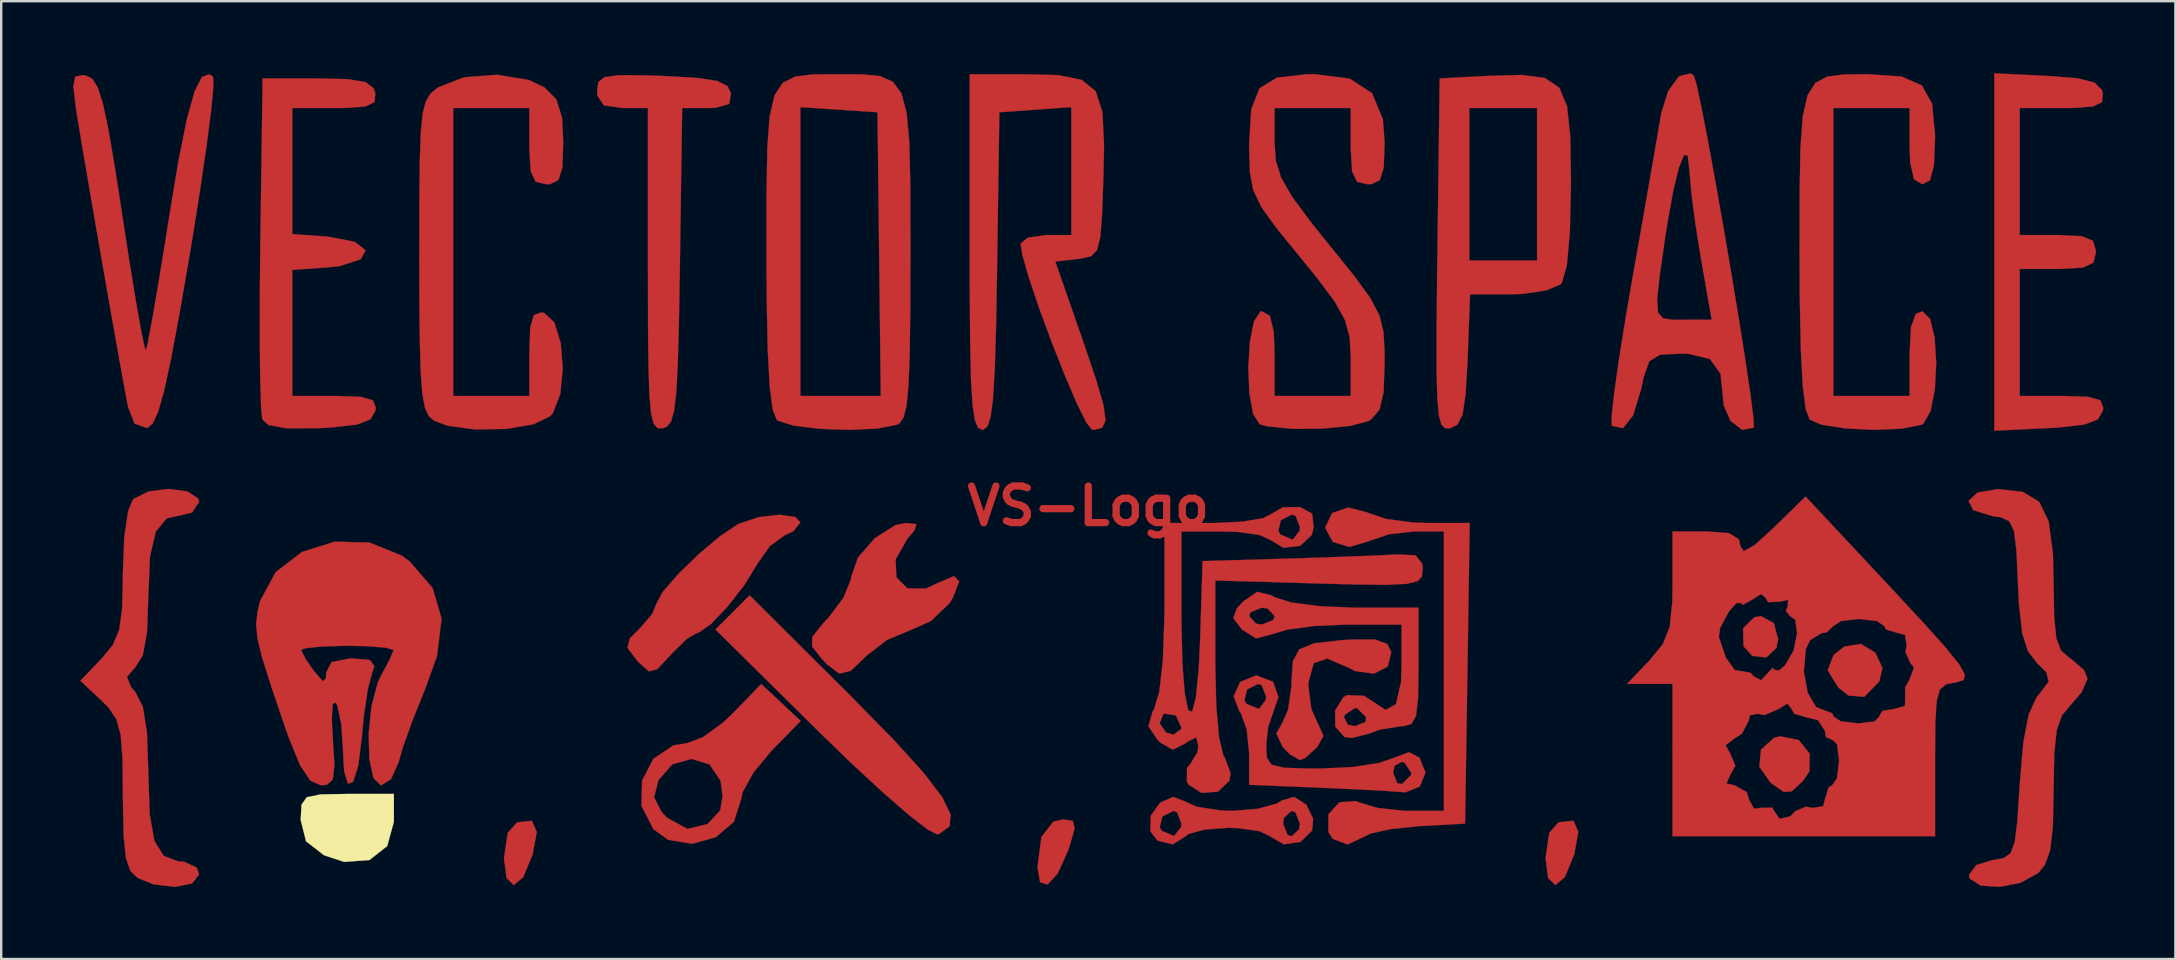
<source format=kicad_pcb>
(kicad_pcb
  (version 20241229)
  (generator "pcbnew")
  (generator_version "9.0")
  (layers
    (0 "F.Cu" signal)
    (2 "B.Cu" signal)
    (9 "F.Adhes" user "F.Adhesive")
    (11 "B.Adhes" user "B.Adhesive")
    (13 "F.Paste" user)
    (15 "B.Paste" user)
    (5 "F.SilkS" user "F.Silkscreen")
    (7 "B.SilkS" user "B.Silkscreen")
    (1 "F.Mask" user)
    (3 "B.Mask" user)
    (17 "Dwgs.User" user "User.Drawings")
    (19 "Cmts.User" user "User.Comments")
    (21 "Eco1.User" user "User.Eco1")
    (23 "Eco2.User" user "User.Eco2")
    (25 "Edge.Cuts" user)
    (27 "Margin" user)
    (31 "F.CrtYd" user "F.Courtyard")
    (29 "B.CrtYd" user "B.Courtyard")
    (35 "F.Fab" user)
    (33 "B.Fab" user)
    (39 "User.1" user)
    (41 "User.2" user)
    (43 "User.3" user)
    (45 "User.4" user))
  (footprint "VS-Logo"
    (layer "F.Cu")
    (at 42.287 18.032)
    (property "Reference" "VS-Logo" (at 0 0 0) (layer "F.Cu") (effects (font (size 1.524 1.524) (thickness 0.3))))
    (attr through_hole)
    (fp_poly (pts (xy -22.975 13.574) (xy -23.148 14.518) (xy -23.539 15.461) (xy -23.934 15.791) (xy -24.233 15.497) (xy -24.342 14.659) (xy -24.185 13.616) (xy -23.797 13.175) (xy -23.179 13.11) (xy -22.975 13.574)) (stroke (width 0.01) (type solid)) (fill yes) (layer "F.Cu"))
    (fp_poly (pts (xy 20.417 13.574) (xy 20.244 14.518) (xy 19.853 15.461) (xy 19.458 15.791) (xy 19.158 15.497) (xy 19.05 14.659) (xy 19.206 13.616) (xy 19.594 13.175) (xy 20.213 13.11) (xy 20.417 13.574)) (stroke (width 0.01) (type solid)) (fill yes) (layer "F.Cu"))
    (fp_poly (pts (xy 28.56 4.875) (xy 28.741 5.551) (xy 28.67 5.909) (xy 28.249 6.307) (xy 27.663 6.245) (xy 27.298 5.838) (xy 27.282 5.089) (xy 27.754 4.63) (xy 28.029 4.586) (xy 28.56 4.875)) (stroke (width 0.01) (type solid)) (fill yes) (layer "F.Cu"))
    (fp_poly (pts (xy 32.792 6.114) (xy 33.086 6.749) (xy 32.954 7.306) (xy 32.331 7.947) (xy 31.666 7.893) (xy 31.246 7.56) (xy 30.805 6.841) (xy 31.052 6.203) (xy 31.5 5.852) (xy 32.192 5.743) (xy 32.792 6.114)) (stroke (width 0.01) (type solid)) (fill yes) (layer "F.Cu"))
    (fp_poly (pts (xy -0.643 13.117) (xy -0.567 13.435) (xy -0.785 14.193) (xy -0.841 14.356) (xy -1.274 15.309) (xy -1.693 15.765) (xy -2.005 15.674) (xy -2.117 15.051) (xy -1.951 13.788) (xy -1.451 13.144) (xy -1.039 13.053) (xy -0.643 13.117)) (stroke (width 0.01) (type solid)) (fill yes) (layer "F.Cu"))
    (fp_poly (pts (xy 29.603 9.751) (xy 30.054 10.323) (xy 30.041 11.055) (xy 29.784 11.441) (xy 29.306 11.889) (xy 28.971 11.905) (xy 28.428 11.53) (xy 27.96 10.865) (xy 28.025 10.15) (xy 28.566 9.657) (xy 28.819 9.592) (xy 29.603 9.751)) (stroke (width 0.01) (type solid)) (fill yes) (layer "F.Cu"))
    (fp_poly (pts (xy -9.865 7.945) (xy -8.117 9.726) (xy -6.869 11.1) (xy -6.085 12.124) (xy -5.733 12.852) (xy -5.776 13.34) (xy -6.182 13.642) (xy -6.282 13.679) (xy -6.671 13.491) (xy -7.464 12.878) (xy -8.572 11.915) (xy -9.905 10.681) (xy -11.137 9.487) (xy -15.531 5.143) (xy -14.107 3.719) (xy -9.865 7.945)) (stroke (width 0.01) (type solid)) (fill yes) (layer "F.Cu"))
    (fp_poly (pts (xy 12.456 5.745) (xy 12.625 6.086) (xy 12.478 6.689) (xy 11.898 6.983) (xy 11.121 6.876) (xy 10.894 6.758) (xy 9.96 6.352) (xy 9.393 6.543) (xy 9.176 7.34) (xy 9.172 7.514) (xy 9.289 8.444) (xy 9.571 9.076) (xy 9.581 9.087) (xy 9.798 9.576) (xy 9.537 10.039) (xy 9.046 10.49) (xy 8.819 10.583) (xy 8.4 10.343) (xy 8.101 10.039) (xy 7.837 9.473) (xy 8.058 9.087) (xy 8.326 8.486) (xy 8.462 7.53) (xy 8.467 7.327) (xy 8.521 6.475) (xy 8.787 5.974) (xy 9.417 5.715) (xy 10.564 5.586) (xy 10.923 5.563) (xy 11.944 5.559) (xy 12.456 5.745)) (stroke (width 0.01) (type solid)) (fill yes) (layer "F.Cu"))
    (fp_poly (pts (xy -12.2 0.456) (xy -11.994 0.682) (xy -12.284 1.047) (xy -12.644 1.217) (xy -13.264 1.667) (xy -13.773 2.387) (xy -14.317 3.276) (xy -15.02 4.183) (xy -15.717 4.914) (xy -16.24 5.279) (xy -16.311 5.292) (xy -16.726 5.535) (xy -17.333 6.128) (xy -17.398 6.203) (xy -17.95 6.794) (xy -18.304 6.886) (xy -18.718 6.522) (xy -18.795 6.437) (xy -19.197 5.904) (xy -19.095 5.506) (xy -18.7 5.118) (xy -18.17 4.502) (xy -17.992 4.074) (xy -17.74 3.594) (xy -17.101 2.854) (xy -16.248 2.021) (xy -15.352 1.265) (xy -14.587 0.753) (xy -14.575 0.747) (xy -13.738 0.462) (xy -12.862 0.363) (xy -12.2 0.456)) (stroke (width 0.01) (type solid)) (fill yes) (layer "F.Cu"))
    (fp_poly (pts (xy -7.159 0.755) (xy -7.245 1.022) (xy -7.53 1.351) (xy -8.026 2.221) (xy -7.994 2.966) (xy -7.541 3.426) (xy -6.776 3.441) (xy -6.269 3.206) (xy -5.594 2.92) (xy -5.376 3.144) (xy -5.644 3.825) (xy -5.789 4.058) (xy -6.557 4.791) (xy -7.4 5.166) (xy -8.384 5.577) (xy -9.209 6.213) (xy -9.89 6.862) (xy -10.369 6.983) (xy -10.888 6.591) (xy -11.118 6.344) (xy -11.505 5.85) (xy -11.499 5.454) (xy -11.054 4.896) (xy -10.82 4.649) (xy -10.2 3.825) (xy -9.887 3.062) (xy -9.878 2.953) (xy -9.588 2.138) (xy -8.89 1.336) (xy -8.038 0.798) (xy -7.596 0.706) (xy -7.159 0.755)) (stroke (width 0.01) (type solid)) (fill yes) (layer "F.Cu"))
    (fp_poly (pts (xy -18.481 -17.944) (xy -17.731 -17.918) (xy -16.315 -17.839) (xy -15.462 -17.711) (xy -15.03 -17.496) (xy -14.883 -17.198) (xy -14.96 -16.753) (xy -15.527 -16.589) (xy -15.841 -16.581) (xy -16.918 -16.581) (xy -17.014 -9.971) (xy -17.053 -7.645) (xy -17.1 -5.93) (xy -17.164 -4.732) (xy -17.256 -3.958) (xy -17.386 -3.512) (xy -17.563 -3.302) (xy -17.727 -3.242) (xy -17.942 -3.247) (xy -18.1 -3.419) (xy -18.211 -3.846) (xy -18.282 -4.62) (xy -18.322 -5.831) (xy -18.34 -7.57) (xy -18.344 -9.852) (xy -18.344 -16.581) (xy -19.403 -16.581) (xy -20.175 -16.689) (xy -20.449 -17.1) (xy -20.461 -17.301) (xy -20.41 -17.662) (xy -20.159 -17.867) (xy -19.564 -17.951) (xy -18.481 -17.944)) (stroke (width 0.01) (type solid)) (fill yes) (layer "F.Cu"))
    (fp_poly (pts (xy 39.949 -17.92) (xy 41.21 -17.821) (xy 41.918 -17.642) (xy 42.227 -17.337) (xy 42.267 -17.198) (xy 42.233 -16.829) (xy 41.845 -16.643) (xy 40.949 -16.583) (xy 40.595 -16.581) (xy 38.806 -16.581) (xy 38.806 -11.289) (xy 40.393 -11.289) (xy 41.385 -11.243) (xy 41.854 -11.051) (xy 41.98 -10.634) (xy 41.981 -10.583) (xy 41.877 -10.142) (xy 41.445 -9.934) (xy 40.507 -9.878) (xy 40.393 -9.878) (xy 38.806 -9.878) (xy 38.806 -4.586) (xy 40.595 -4.586) (xy 41.657 -4.55) (xy 42.168 -4.404) (xy 42.284 -4.091) (xy 42.267 -3.969) (xy 42.059 -3.61) (xy 41.502 -3.395) (xy 40.443 -3.274) (xy 39.949 -3.246) (xy 37.747 -3.141) (xy 37.747 -18.025) (xy 39.949 -17.92)) (stroke (width 0.01) (type solid)) (fill yes) (layer "F.Cu"))
    (fp_poly (pts (xy -11.982 8.954) (xy -13.223 10.224) (xy -13.949 11.105) (xy -14.396 11.913) (xy -14.464 12.219) (xy -14.763 13.153) (xy -15.515 13.795) (xy -16.501 14.071) (xy -17.501 13.906) (xy -18.113 13.466) (xy -18.615 12.487) (xy -18.606 12.132) (xy -18.088 12.132) (xy -17.776 12.744) (xy -17.55 12.985) (xy -16.697 13.452) (xy -15.856 13.247) (xy -15.332 12.678) (xy -15.234 12.077) (xy -15.319 11.445) (xy -15.777 10.765) (xy -16.53 10.535) (xy -17.326 10.757) (xy -17.905 11.417) (xy -18.088 12.132) (xy -18.606 12.132) (xy -18.588 11.439) (xy -18.114 10.529) (xy -17.275 9.966) (xy -16.71 9.878) (xy -16.063 9.636) (xy -15.22 9.024) (xy -14.818 8.645) (xy -13.623 7.412) (xy -11.982 8.954)) (stroke (width 0.01) (type solid)) (fill yes) (layer "F.Cu"))
    (fp_poly (pts (xy 11.641 0.271) (xy 11.684 0.297) (xy 12.413 0.538) (xy 13.52 0.685) (xy 14.114 0.706) (xy 15.891 0.706) (xy 15.795 6.967) (xy 15.699 13.229) (xy 13.758 13.338) (xy 12.62 13.455) (xy 11.769 13.64) (xy 11.483 13.779) (xy 10.802 14.098) (xy 10.185 13.865) (xy 10.004 13.577) (xy 10.006 12.842) (xy 10.462 12.341) (xy 11.148 12.288) (xy 11.303 12.355) (xy 12.067 12.579) (xy 13.14 12.695) (xy 13.382 12.7) (xy 14.817 12.7) (xy 14.817 1.058) (xy 13.577 1.058) (xy 12.535 1.173) (xy 11.711 1.451) (xy 11.684 1.467) (xy 10.876 1.704) (xy 10.189 1.494) (xy 9.879 0.922) (xy 9.878 0.882) (xy 10.16 0.292) (xy 10.833 0.061) (xy 11.641 0.271)) (stroke (width 0.01) (type solid)) (fill yes) (layer "F.Cu"))
    (fp_poly (pts (xy 19.018 -17.834) (xy 19.619 -17.435) (xy 19.946 -16.656) (xy 20.081 -15.39) (xy 20.108 -13.529) (xy 20.108 -13.464) (xy 20.065 -11.431) (xy 19.939 -10.034) (xy 19.731 -9.302) (xy 19.685 -9.243) (xy 19.099 -8.99) (xy 18.103 -8.839) (xy 17.583 -8.819) (xy 15.905 -8.819) (xy 15.802 -6.089) (xy 15.723 -4.676) (xy 15.596 -3.824) (xy 15.382 -3.392) (xy 15.074 -3.24) (xy 14.866 -3.241) (xy 14.712 -3.393) (xy 14.606 -3.784) (xy 14.541 -4.5) (xy 14.511 -5.627) (xy 14.511 -7.254) (xy 14.532 -9.466) (xy 14.545 -10.468) (xy 14.624 -16.581) (xy 15.875 -16.581) (xy 15.875 -10.231) (xy 18.697 -10.231) (xy 18.697 -16.581) (xy 15.875 -16.581) (xy 14.624 -16.581) (xy 14.64 -17.815) (xy 16.66 -17.921) (xy 18.059 -17.96) (xy 19.018 -17.834)) (stroke (width 0.01) (type solid)) (fill yes) (layer "F.Cu"))
    (fp_poly (pts (xy -30.835 -17.784) (xy -30.109 -17.663) (xy -29.775 -17.411) (xy -29.7 -17.198) (xy -29.734 -16.829) (xy -30.121 -16.643) (xy -31.016 -16.583) (xy -31.371 -16.581) (xy -33.161 -16.581) (xy -33.161 -11.329) (xy -31.662 -11.221) (xy -30.555 -11.008) (xy -30.104 -10.655) (xy -30.31 -10.28) (xy -31.174 -10.001) (xy -31.662 -9.946) (xy -33.161 -9.837) (xy -33.161 -4.586) (xy -31.371 -4.586) (xy -30.31 -4.55) (xy -29.798 -4.404) (xy -29.682 -4.091) (xy -29.699 -3.969) (xy -29.907 -3.611) (xy -30.464 -3.395) (xy -31.521 -3.274) (xy -32.023 -3.246) (xy -33.383 -3.236) (xy -34.151 -3.375) (xy -34.408 -3.609) (xy -34.459 -4.094) (xy -34.495 -5.168) (xy -34.513 -6.713) (xy -34.514 -8.613) (xy -34.495 -10.75) (xy -34.492 -10.947) (xy -34.396 -17.815) (xy -32.108 -17.815) (xy -30.835 -17.784)) (stroke (width 0.01) (type solid)) (fill yes) (layer "F.Cu"))
    (fp_poly (pts (xy 32.456 -17.992) (xy 33.872 -17.895) (xy 34.729 -17.524) (xy 35.154 -16.757) (xy 35.277 -15.473) (xy 35.278 -15.333) (xy 35.23 -14.168) (xy 35.061 -13.569) (xy 34.749 -13.406) (xy 34.4 -13.613) (xy 34.241 -14.32) (xy 34.219 -14.993) (xy 34.219 -16.581) (xy 31.044 -16.581) (xy 31.044 -4.586) (xy 34.219 -4.586) (xy 34.219 -6.35) (xy 34.276 -7.459) (xy 34.472 -8.001) (xy 34.749 -8.114) (xy 35.068 -7.803) (xy 35.26 -7.015) (xy 35.327 -5.967) (xy 35.27 -4.875) (xy 35.09 -3.956) (xy 34.788 -3.427) (xy 34.72 -3.389) (xy 33.88 -3.222) (xy 32.733 -3.174) (xy 31.537 -3.233) (xy 30.55 -3.388) (xy 30.057 -3.598) (xy 29.889 -4.035) (xy 29.767 -4.996) (xy 29.685 -6.531) (xy 29.642 -8.688) (xy 29.633 -10.641) (xy 29.637 -13.093) (xy 29.67 -14.928) (xy 29.767 -16.236) (xy 29.963 -17.106) (xy 30.291 -17.628) (xy 30.785 -17.89) (xy 31.481 -17.981) (xy 32.412 -17.992) (xy 32.456 -17.992)) (stroke (width 0.01) (type solid)) (fill yes) (layer "F.Cu"))
    (fp_poly (pts (xy -10.407 -17.992) (xy -9.419 -17.986) (xy -8.675 -17.911) (xy -8.142 -17.677) (xy -7.785 -17.198) (xy -7.567 -16.386) (xy -7.455 -15.152) (xy -7.414 -13.409) (xy -7.408 -11.068) (xy -7.408 -10.432) (xy -7.415 -8.04) (xy -7.44 -6.261) (xy -7.49 -5.004) (xy -7.572 -4.177) (xy -7.695 -3.688) (xy -7.865 -3.445) (xy -7.966 -3.389) (xy -8.785 -3.228) (xy -9.937 -3.173) (xy -11.175 -3.216) (xy -12.253 -3.346) (xy -12.922 -3.551) (xy -12.982 -3.598) (xy -13.149 -4.035) (xy -13.22 -4.586) (xy -11.994 -4.586) (xy -10.319 -4.586) (xy -8.643 -4.586) (xy -8.712 -10.495) (xy -8.78 -16.404) (xy -10.387 -16.512) (xy -11.994 -16.619) (xy -11.994 -4.586) (xy -13.22 -4.586) (xy -13.272 -4.996) (xy -13.354 -6.531) (xy -13.397 -8.688) (xy -13.406 -10.641) (xy -13.403 -13.093) (xy -13.37 -14.929) (xy -13.272 -16.237) (xy -13.07 -17.108) (xy -12.73 -17.629) (xy -12.215 -17.891) (xy -11.488 -17.982) (xy -10.513 -17.992) (xy -10.407 -17.992)) (stroke (width 0.01) (type solid)) (fill yes) (layer "F.Cu"))
    (fp_poly (pts (xy 9.083 12.434) (xy 9.371 13.029) (xy 9.324 13.519) (xy 8.845 13.992) (xy 8.145 14.092) (xy 7.592 13.769) (xy 7.585 13.758) (xy 7.127 13.543) (xy 6.234 13.418) (xy 5.821 13.406) (xy 4.83 13.48) (xy 4.169 13.666) (xy 4.057 13.758) (xy 3.521 14.095) (xy 2.893 13.941) (xy 2.587 13.555) (xy 2.591 13.386) (xy 2.978 13.386) (xy 3.067 13.533) (xy 3.579 13.747) (xy 3.87 13.37) (xy 3.881 13.229) (xy 8.114 13.229) (xy 8.304 13.699) (xy 8.467 13.758) (xy 8.78 13.473) (xy 8.819 13.229) (xy 8.629 12.76) (xy 8.467 12.7) (xy 8.154 12.986) (xy 8.114 13.229) (xy 3.881 13.229) (xy 3.701 12.76) (xy 3.549 12.7) (xy 3.088 12.933) (xy 2.978 13.386) (xy 2.591 13.386) (xy 2.602 12.905) (xy 2.992 12.357) (xy 3.542 12.115) (xy 3.949 12.274) (xy 4.54 12.532) (xy 5.533 12.683) (xy 5.997 12.7) (xy 7.068 12.612) (xy 7.865 12.392) (xy 8.046 12.274) (xy 8.572 12.115) (xy 9.083 12.434)) (stroke (width 0.01) (type solid)) (fill yes) (layer "F.Cu"))
    (fp_poly (pts (xy -36.463 -17.883) (xy -36.447 -17.479) (xy -36.541 -16.487) (xy -36.73 -15.015) (xy -37 -13.169) (xy -37.337 -11.058) (xy -37.43 -10.502) (xy -37.86 -8.011) (xy -38.21 -6.139) (xy -38.499 -4.807) (xy -38.746 -3.935) (xy -38.972 -3.443) (xy -39.195 -3.253) (xy -39.217 -3.248) (xy -39.734 -3.438) (xy -40.001 -4.126) (xy -40.147 -4.897) (xy -40.384 -6.203) (xy -40.683 -7.886) (xy -41.016 -9.784) (xy -41.356 -11.737) (xy -41.674 -13.586) (xy -41.943 -15.171) (xy -42.135 -16.332) (xy -42.166 -16.525) (xy -42.282 -17.47) (xy -42.203 -17.89) (xy -41.879 -17.954) (xy -41.753 -17.934) (xy -41.493 -17.801) (xy -41.268 -17.445) (xy -41.052 -16.77) (xy -40.819 -15.678) (xy -40.545 -14.071) (xy -40.239 -12.087) (xy -39.946 -10.188) (xy -39.681 -8.569) (xy -39.464 -7.344) (xy -39.315 -6.625) (xy -39.26 -6.483) (xy -39.168 -6.855) (xy -38.991 -7.801) (xy -38.75 -9.2) (xy -38.467 -10.93) (xy -38.301 -11.982) (xy -37.902 -14.38) (xy -37.549 -16.128) (xy -37.228 -17.278) (xy -36.921 -17.88) (xy -36.613 -17.988) (xy -36.463 -17.883)) (stroke (width 0.01) (type solid)) (fill yes) (layer "F.Cu"))
    (fp_poly (pts (xy -23.318 -17.754) (xy -22.656 -17.442) (xy -22.157 -16.937) (xy -21.923 -16.185) (xy -21.872 -15.149) (xy -21.91 -14.099) (xy -22.071 -13.578) (xy -22.426 -13.412) (xy -22.578 -13.406) (xy -23.019 -13.509) (xy -23.227 -13.941) (xy -23.283 -14.879) (xy -23.283 -14.993) (xy -23.283 -16.581) (xy -26.458 -16.581) (xy -26.458 -4.586) (xy -23.283 -4.586) (xy -23.283 -6.376) (xy -23.247 -7.437) (xy -23.101 -7.949) (xy -22.788 -8.065) (xy -22.666 -8.048) (xy -22.241 -7.647) (xy -21.978 -6.793) (xy -21.892 -5.721) (xy -21.996 -4.669) (xy -22.305 -3.872) (xy -22.41 -3.746) (xy -23.127 -3.402) (xy -24.261 -3.213) (xy -25.538 -3.19) (xy -26.684 -3.343) (xy -27.252 -3.556) (xy -27.472 -3.747) (xy -27.633 -4.091) (xy -27.744 -4.689) (xy -27.814 -5.638) (xy -27.852 -7.038) (xy -27.868 -8.987) (xy -27.869 -10.404) (xy -27.866 -12.694) (xy -27.849 -14.381) (xy -27.806 -15.569) (xy -27.726 -16.362) (xy -27.598 -16.862) (xy -27.409 -17.172) (xy -27.149 -17.397) (xy -27.085 -17.442) (xy -26 -17.864) (xy -24.629 -17.968) (xy -23.318 -17.754)) (stroke (width 0.01) (type solid)) (fill yes) (layer "F.Cu"))
    (fp_poly (pts (xy -1.251 -17.952) (xy -0.274 -17.754) (xy 0.308 -17.282) (xy 0.589 -16.419) (xy 0.658 -15.049) (xy 0.632 -13.753) (xy 0.578 -12.201) (xy 0.504 -11.218) (xy 0.368 -10.668) (xy 0.128 -10.413) (xy -0.257 -10.317) (xy -0.422 -10.297) (xy -1.373 -10.187) (xy -0.214 -6.86) (xy 0.332 -5.249) (xy 0.639 -4.187) (xy 0.718 -3.562) (xy 0.58 -3.262) (xy 0.236 -3.176) (xy 0.16 -3.175) (xy -0.083 -3.483) (xy -0.486 -4.302) (xy -0.987 -5.472) (xy -1.525 -6.833) (xy -2.038 -8.225) (xy -2.466 -9.489) (xy -2.746 -10.465) (xy -2.822 -10.93) (xy -2.516 -11.182) (xy -1.777 -11.289) (xy -1.764 -11.289) (xy -0.706 -11.289) (xy -0.706 -16.621) (xy -2.205 -16.513) (xy -3.704 -16.404) (xy -3.8 -9.79) (xy -3.842 -7.433) (xy -3.895 -5.694) (xy -3.967 -4.487) (xy -4.066 -3.723) (xy -4.201 -3.316) (xy -4.379 -3.178) (xy -4.418 -3.175) (xy -4.594 -3.264) (xy -4.726 -3.587) (xy -4.821 -4.228) (xy -4.884 -5.269) (xy -4.92 -6.795) (xy -4.936 -8.889) (xy -4.939 -10.583) (xy -4.939 -17.992) (xy -2.713 -17.992) (xy -1.251 -17.952)) (stroke (width 0.01) (type solid)) (fill yes) (layer "F.Cu"))
    (fp_poly (pts (xy -37.535 -0.612) (xy -37.076 -0.313) (xy -37.042 -0.176) (xy -37.331 0.267) (xy -37.677 0.353) (xy -38.392 0.513) (xy -38.847 1.061) (xy -39.088 2.099) (xy -39.158 3.73) (xy -39.158 3.732) (xy -39.212 5.263) (xy -39.389 6.219) (xy -39.696 6.71) (xy -40.051 7.119) (xy -39.875 7.545) (xy -39.696 7.751) (xy -39.387 8.365) (xy -39.214 9.439) (xy -39.158 11.09) (xy -39.158 11.158) (xy -39.101 12.854) (xy -38.902 13.957) (xy -38.518 14.573) (xy -37.906 14.806) (xy -37.677 14.817) (xy -37.144 15.058) (xy -37.042 15.346) (xy -37.336 15.723) (xy -38.052 15.865) (xy -38.943 15.758) (xy -39.599 15.494) (xy -39.905 15.202) (xy -40.092 14.665) (xy -40.187 13.734) (xy -40.216 12.264) (xy -40.217 12.038) (xy -40.233 10.521) (xy -40.31 9.53) (xy -40.486 8.887) (xy -40.804 8.412) (xy -41.102 8.11) (xy -41.988 7.278) (xy -41.102 6.354) (xy -40.638 5.789) (xy -40.371 5.163) (xy -40.248 4.266) (xy -40.217 2.888) (xy -40.217 2.785) (xy -40.159 1.29) (xy -40 0.207) (xy -39.793 -0.282) (xy -39.162 -0.606) (xy -38.319 -0.713) (xy -37.535 -0.612)) (stroke (width 0.01) (type solid)) (fill yes) (layer "F.Cu"))
    (fp_poly (pts (xy 7.701 7.321) (xy 7.922 7.96) (xy 7.734 8.499) (xy 7.493 9.216) (xy 7.414 9.966) (xy 7.441 10.487) (xy 7.638 10.777) (xy 8.162 10.904) (xy 9.173 10.935) (xy 9.706 10.936) (xy 11.014 10.872) (xy 12.116 10.703) (xy 12.696 10.504) (xy 13.362 10.254) (xy 13.796 10.48) (xy 14.05 11.106) (xy 13.808 11.69) (xy 13.207 11.927) (xy 13.152 11.923) (xy 12.517 11.875) (xy 11.392 11.813) (xy 9.992 11.748) (xy 9.613 11.732) (xy 6.703 11.613) (xy 6.703 11.113) (xy 12.7 11.113) (xy 12.879 11.552) (xy 13.079 11.574) (xy 13.444 11.21) (xy 13.458 11.113) (xy 13.184 10.699) (xy 13.079 10.651) (xy 12.758 10.821) (xy 12.7 11.113) (xy 6.703 11.113) (xy 6.703 10.287) (xy 6.603 9.311) (xy 6.356 8.626) (xy 6.303 8.561) (xy 6.121 8.094) (xy 6.505 8.094) (xy 6.595 8.241) (xy 7.107 8.456) (xy 7.398 8.078) (xy 7.408 7.938) (xy 7.229 7.468) (xy 7.076 7.408) (xy 6.616 7.642) (xy 6.505 8.094) (xy 6.121 8.094) (xy 6.056 7.928) (xy 6.33 7.329) (xy 6.989 7.056) (xy 7.007 7.056) (xy 7.701 7.321)) (stroke (width 0.01) (type solid)) (fill yes) (layer "F.Cu"))
    (fp_poly (pts (xy 38.931 -0.592) (xy 39.614 -0.18) (xy 40.012 0.64) (xy 40.189 1.977) (xy 40.217 3.188) (xy 40.239 4.619) (xy 40.329 5.508) (xy 40.525 6.02) (xy 40.862 6.316) (xy 40.922 6.35) (xy 41.483 6.833) (xy 41.628 7.19) (xy 41.386 7.755) (xy 40.922 8.29) (xy 40.562 8.724) (xy 40.347 9.335) (xy 40.244 10.298) (xy 40.217 11.787) (xy 40.217 11.818) (xy 40.187 13.344) (xy 40.076 14.333) (xy 39.855 14.95) (xy 39.572 15.291) (xy 38.85 15.69) (xy 37.971 15.866) (xy 37.181 15.811) (xy 36.724 15.52) (xy 36.689 15.369) (xy 37 14.955) (xy 37.659 14.752) (xy 38.127 14.671) (xy 38.423 14.465) (xy 38.6 13.989) (xy 38.709 13.101) (xy 38.802 11.658) (xy 38.806 11.589) (xy 38.954 9.852) (xy 39.178 8.69) (xy 39.505 7.974) (xy 39.602 7.854) (xy 40.013 7.314) (xy 39.912 6.918) (xy 39.528 6.542) (xy 39.146 6.046) (xy 38.909 5.292) (xy 38.775 4.104) (xy 38.731 3.221) (xy 38.669 1.86) (xy 38.569 1.05) (xy 38.375 0.638) (xy 38.027 0.471) (xy 37.659 0.418) (xy 36.866 0.167) (xy 36.674 -0.216) (xy 37.048 -0.563) (xy 37.898 -0.706) (xy 38.931 -0.592)) (stroke (width 0.01) (type solid)) (fill yes) (layer "F.Cu"))
    (fp_poly (pts (xy 7.636 3.724) (xy 7.762 3.799) (xy 8.462 4.018) (xy 9.638 4.172) (xy 11.06 4.233) (xy 11.108 4.233) (xy 13.758 4.233) (xy 13.758 6.703) (xy 13.74 7.999) (xy 13.656 8.741) (xy 13.462 9.081) (xy 13.111 9.171) (xy 13.03 9.172) (xy 12.115 9.321) (xy 11.707 9.477) (xy 10.983 9.662) (xy 10.672 9.624) (xy 10.291 9.185) (xy 10.287 8.793) (xy 10.651 8.793) (xy 10.821 9.115) (xy 11.113 9.172) (xy 11.552 8.993) (xy 11.574 8.793) (xy 11.21 8.429) (xy 11.113 8.414) (xy 10.699 8.688) (xy 10.651 8.793) (xy 10.287 8.793) (xy 10.285 8.514) (xy 10.63 7.963) (xy 10.783 7.88) (xy 11.479 7.903) (xy 11.736 8.067) (xy 12.388 8.494) (xy 12.819 8.252) (xy 13.03 7.339) (xy 13.053 6.703) (xy 13.053 4.939) (xy 10.737 4.939) (xy 9.417 4.996) (xy 8.298 5.146) (xy 7.697 5.326) (xy 6.991 5.515) (xy 6.41 5.15) (xy 6.041 4.671) (xy 6.072 4.586) (xy 6.703 4.586) (xy 6.989 4.899) (xy 7.232 4.939) (xy 7.701 4.748) (xy 7.761 4.586) (xy 7.475 4.273) (xy 7.232 4.233) (xy 6.762 4.424) (xy 6.703 4.586) (xy 6.072 4.586) (xy 6.195 4.254) (xy 6.456 3.976) (xy 7.039 3.571) (xy 7.636 3.724)) (stroke (width 0.01) (type solid)) (fill yes) (layer "F.Cu"))
    (fp_poly (pts (xy 25.226 -17.931) (xy 25.347 -17.536) (xy 25.553 -16.576) (xy 25.823 -15.178) (xy 26.136 -13.467) (xy 26.471 -11.568) (xy 26.805 -9.607) (xy 27.118 -7.709) (xy 27.388 -6.001) (xy 27.593 -4.607) (xy 27.713 -3.654) (xy 27.726 -3.266) (xy 27.725 -3.265) (xy 27.25 -3.173) (xy 26.758 -3.549) (xy 26.471 -4.197) (xy 26.458 -4.37) (xy 26.339 -5.517) (xy 25.898 -6.127) (xy 25.008 -6.342) (xy 24.677 -6.35) (xy 23.818 -6.304) (xy 23.376 -6.038) (xy 23.133 -5.355) (xy 23.034 -4.878) (xy 22.702 -3.78) (xy 22.279 -3.245) (xy 21.823 -3.342) (xy 21.812 -3.353) (xy 21.806 -3.747) (xy 21.913 -4.716) (xy 22.115 -6.139) (xy 22.396 -7.898) (xy 22.52 -8.617) (xy 23.7 -8.617) (xy 23.738 -8.06) (xy 23.951 -7.817) (xy 24.369 -7.76) (xy 24.805 -7.761) (xy 25.973 -7.761) (xy 25.524 -10.319) (xy 25.295 -11.748) (xy 25.125 -13.045) (xy 25.051 -13.93) (xy 25.05 -13.935) (xy 24.977 -14.598) (xy 24.821 -14.631) (xy 24.606 -14.097) (xy 24.356 -13.062) (xy 24.095 -11.593) (xy 24.034 -11.186) (xy 23.808 -9.616) (xy 23.7 -8.617) (xy 22.52 -8.617) (xy 22.632 -9.269) (xy 22.992 -11.306) (xy 23.324 -13.199) (xy 23.602 -14.796) (xy 23.799 -15.943) (xy 23.867 -16.346) (xy 24.161 -17.29) (xy 24.609 -17.901) (xy 25.081 -18.027) (xy 25.226 -17.931)) (stroke (width 0.01) (type solid)) (fill yes) (layer "F.Cu"))
    (fp_poly (pts (xy 10.893 -17.806) (xy 11.82 -17.203) (xy 12.273 -16.116) (xy 12.347 -15.149) (xy 12.309 -14.099) (xy 12.148 -13.578) (xy 11.794 -13.412) (xy 11.642 -13.406) (xy 11.201 -13.509) (xy 10.992 -13.941) (xy 10.936 -14.879) (xy 10.936 -14.993) (xy 10.936 -16.581) (xy 7.761 -16.581) (xy 7.761 -15.123) (xy 7.816 -14.379) (xy 8.035 -13.679) (xy 8.502 -12.869) (xy 9.302 -11.792) (xy 10.054 -10.858) (xy 11.088 -9.575) (xy 11.752 -8.662) (xy 12.129 -7.945) (xy 12.3 -7.249) (xy 12.346 -6.402) (xy 12.347 -5.978) (xy 12.302 -4.739) (xy 12.133 -4.014) (xy 11.786 -3.612) (xy 11.665 -3.54) (xy 10.901 -3.336) (xy 9.743 -3.225) (xy 8.495 -3.216) (xy 7.465 -3.32) (xy 7.144 -3.409) (xy 6.869 -3.835) (xy 6.713 -4.696) (xy 6.669 -5.773) (xy 6.735 -6.847) (xy 6.906 -7.697) (xy 7.178 -8.105) (xy 7.232 -8.114) (xy 7.565 -7.925) (xy 7.727 -7.271) (xy 7.761 -6.35) (xy 7.761 -4.586) (xy 10.936 -4.586) (xy 10.936 -6.203) (xy 10.892 -7.028) (xy 10.701 -7.738) (xy 10.274 -8.509) (xy 9.523 -9.516) (xy 8.819 -10.379) (xy 7.831 -11.593) (xy 7.211 -12.457) (xy 6.874 -13.165) (xy 6.733 -13.906) (xy 6.703 -14.872) (xy 6.703 -15.1) (xy 6.791 -16.535) (xy 7.137 -17.407) (xy 7.863 -17.848) (xy 9.092 -17.988) (xy 9.423 -17.992) (xy 10.893 -17.806)) (stroke (width 0.01) (type solid)) (fill yes) (layer "F.Cu"))
    (fp_poly (pts (xy -29.943 1.521) (xy -28.593 2.067) (xy -28.261 2.314) (xy -27.313 3.415) (xy -26.94 4.694) (xy -27.132 6.25) (xy -27.632 7.642) (xy -28.142 8.903) (xy -28.551 10.047) (xy -28.73 10.672) (xy -29.047 11.375) (xy -29.464 11.642) (xy -29.78 11.331) (xy -29.951 10.539) (xy -29.978 9.475) (xy -29.862 8.346) (xy -29.602 7.363) (xy -29.457 7.056) (xy -29.089 6.362) (xy -28.941 5.997) (xy -29.254 5.901) (xy -30.072 5.837) (xy -30.869 5.821) (xy -31.929 5.85) (xy -32.629 5.925) (xy -32.797 5.997) (xy -32.6 6.383) (xy -32.268 6.858) (xy -31.885 7.301) (xy -31.758 7.176) (xy -31.75 6.947) (xy -31.524 6.5) (xy -30.765 6.351) (xy -30.654 6.35) (xy -29.919 6.413) (xy -29.741 6.676) (xy -29.839 6.967) (xy -30.018 7.651) (xy -30.181 8.754) (xy -30.261 9.613) (xy -30.412 10.82) (xy -30.624 11.486) (xy -30.839 11.573) (xy -31 11.043) (xy -31.05 10.142) (xy -31.118 9.097) (xy -31.282 8.322) (xy -31.345 8.187) (xy -31.475 8.243) (xy -31.514 8.866) (xy -31.472 9.686) (xy -31.405 10.807) (xy -31.473 11.394) (xy -31.718 11.612) (xy -31.971 11.633) (xy -32.407 11.44) (xy -32.835 10.801) (xy -33.323 9.605) (xy -33.447 9.252) (xy -34.029 7.537) (xy -34.408 6.341) (xy -34.611 5.516) (xy -34.667 4.916) (xy -34.607 4.394) (xy -34.501 3.955) (xy -33.851 2.75) (xy -32.754 1.91) (xy -31.39 1.484) (xy -29.943 1.521)) (stroke (width 0.01) (type solid)) (fill yes) (layer "F.Cu"))
    (fp_poly (pts (xy 9.329 0.321) (xy 9.39 0.896) (xy 9.312 1.203) (xy 8.835 1.655) (xy 8.133 1.741) (xy 7.586 1.414) (xy 7.585 1.411) (xy 7.133 1.206) (xy 6.225 1.079) (xy 5.624 1.058) (xy 3.881 1.058) (xy 3.881 4.742) (xy 3.92 6.567) (xy 4.023 7.83) (xy 4.166 8.505) (xy 4.327 8.567) (xy 4.481 7.992) (xy 4.606 6.756) (xy 4.661 5.569) (xy 4.763 2.293) (xy 8.29 2.19) (xy 9.923 2.138) (xy 11.4 2.083) (xy 12.505 2.035) (xy 12.876 2.013) (xy 13.64 2.057) (xy 13.917 2.41) (xy 13.935 2.646) (xy 13.898 2.94) (xy 13.711 3.133) (xy 13.257 3.242) (xy 12.422 3.281) (xy 11.088 3.266) (xy 9.613 3.226) (xy 5.292 3.101) (xy 5.292 6.595) (xy 5.333 8.348) (xy 5.449 9.651) (xy 5.628 10.393) (xy 5.691 10.489) (xy 5.931 11.13) (xy 5.879 11.442) (xy 5.403 11.898) (xy 4.716 11.952) (xy 4.171 11.598) (xy 4.11 11.477) (xy 4.114 10.909) (xy 4.249 10.75) (xy 4.552 10.253) (xy 4.586 9.99) (xy 4.497 9.632) (xy 4.12 9.827) (xy 4.039 9.892) (xy 3.521 10.15) (xy 3.005 9.856) (xy 2.9 9.754) (xy 2.508 9.175) (xy 2.541 9.058) (xy 2.972 9.058) (xy 3.254 9.441) (xy 3.549 9.525) (xy 3.874 9.288) (xy 3.881 9.231) (xy 3.65 8.72) (xy 3.173 8.649) (xy 3.12 8.677) (xy 2.972 9.058) (xy 2.541 9.058) (xy 2.681 8.564) (xy 2.741 8.466) (xy 2.962 7.728) (xy 3.11 6.401) (xy 3.173 4.601) (xy 3.175 4.238) (xy 3.175 1.039) (xy 7.917 1.039) (xy 8.006 1.186) (xy 8.518 1.4) (xy 8.809 1.023) (xy 8.819 0.882) (xy 8.64 0.412) (xy 8.487 0.353) (xy 8.027 0.586) (xy 7.917 1.039) (xy 3.175 1.039) (xy 3.175 0.706) (xy 5.271 0.706) (xy 6.426 0.65) (xy 7.275 0.508) (xy 7.585 0.353) (xy 8.104 0.052) (xy 8.829 0.042) (xy 9.329 0.321)) (stroke (width 0.01) (type solid)) (fill yes) (layer "F.Cu"))
    (fp_poly (pts (xy 33.451 3.418) (xy 34.82 4.892) (xy 35.753 5.935) (xy 36.303 6.624) (xy 36.523 7.036) (xy 36.466 7.249) (xy 36.185 7.339) (xy 36.148 7.344) (xy 35.735 7.427) (xy 35.478 7.642) (xy 35.342 8.131) (xy 35.288 9.033) (xy 35.278 10.491) (xy 35.278 10.607) (xy 35.278 13.758) (xy 24.342 13.758) (xy 24.342 9.967) (xy 26.552 9.967) (xy 26.744 10.304) (xy 26.957 10.824) (xy 26.76 11.175) (xy 26.585 11.554) (xy 26.944 11.642) (xy 27.439 11.924) (xy 27.517 12.209) (xy 27.734 12.609) (xy 28.046 12.572) (xy 28.5 12.565) (xy 28.575 12.711) (xy 28.802 13.029) (xy 29.248 12.929) (xy 29.447 12.715) (xy 29.906 12.523) (xy 30.174 12.577) (xy 30.617 12.508) (xy 30.692 12.209) (xy 30.842 11.715) (xy 30.986 11.642) (xy 31.193 11.335) (xy 31.28 10.599) (xy 31.196 9.925) (xy 30.995 9.733) (xy 30.986 9.738) (xy 30.733 9.624) (xy 30.692 9.369) (xy 30.397 8.916) (xy 29.986 8.819) (xy 29.413 8.654) (xy 29.281 8.423) (xy 29.12 8.228) (xy 28.767 8.454) (xy 28.167 8.707) (xy 27.885 8.653) (xy 27.564 8.716) (xy 27.517 8.937) (xy 27.229 9.487) (xy 26.929 9.675) (xy 26.552 9.967) (xy 24.342 9.967) (xy 24.342 7.408) (xy 22.446 7.408) (xy 23.394 6.419) (xy 23.936 5.752) (xy 24.057 5.45) (xy 26.27 5.45) (xy 26.565 6.321) (xy 26.933 6.833) (xy 27.176 6.871) (xy 27.592 6.945) (xy 27.713 7.087) (xy 28.029 7.26) (xy 28.261 7.005) (xy 28.364 6.898) (xy 29.811 6.898) (xy 29.975 7.786) (xy 30.318 8.369) (xy 30.556 8.467) (xy 30.999 8.638) (xy 31.044 8.761) (xy 31.351 8.968) (xy 32.087 9.055) (xy 32.762 8.971) (xy 32.953 8.77) (xy 32.948 8.761) (xy 33.09 8.53) (xy 33.514 8.467) (xy 34.02 8.331) (xy 34.034 8.098) (xy 34.033 7.549) (xy 34.206 7.248) (xy 34.402 6.724) (xy 34.252 6.546) (xy 34.045 6.078) (xy 34.096 5.81) (xy 34.027 5.367) (xy 33.728 5.292) (xy 33.234 5.142) (xy 33.161 4.998) (xy 32.854 4.791) (xy 32.115 4.704) (xy 32.103 4.704) (xy 31.359 4.789) (xy 31.045 4.994) (xy 31.044 4.998) (xy 30.761 5.264) (xy 30.556 5.292) (xy 30.076 5.586) (xy 29.893 5.962) (xy 29.811 6.898) (xy 28.364 6.898) (xy 28.521 6.736) (xy 28.57 6.816) (xy 28.767 6.855) (xy 29.029 6.64) (xy 29.381 6.03) (xy 29.531 5.301) (xy 29.452 4.734) (xy 29.238 4.586) (xy 29.064 4.362) (xy 29.141 4.173) (xy 29.158 3.908) (xy 28.809 3.986) (xy 28.32 4.003) (xy 28.222 3.826) (xy 28.03 3.663) (xy 27.693 3.881) (xy 27.267 4.117) (xy 27.164 4.033) (xy 26.996 4.046) (xy 26.676 4.413) (xy 26.323 5.083) (xy 26.27 5.45) (xy 24.057 5.45) (xy 24.223 5.034) (xy 24.331 4.008) (xy 24.342 3.244) (xy 24.342 1.058) (xy 25.753 1.058) (xy 26.699 1.13) (xy 27.109 1.39) (xy 27.164 1.659) (xy 27.303 1.882) (xy 27.762 1.624) (xy 28.524 0.932) (xy 29.884 -0.396) (xy 33.451 3.418)) (stroke (width 0.01) (type solid)) (fill yes) (layer "F.Cu"))
    (fp_poly (pts (xy -28.928 13.152) (xy -29.206 14.165) (xy -29.945 14.746) (xy -30.998 14.825) (xy -31.838 14.548) (xy -32.587 13.966) (xy -32.808 13.086) (xy -32.808 13.034) (xy -32.774 12.439) (xy -32.556 12.13) (xy -31.981 12.013) (xy -30.874 11.994) (xy -28.928 11.994) (xy -28.928 13.152)) (stroke (width 0.01) (type solid)) (fill yes) (layer "F.SilkS")))
  (gr_rect
    (start -3 -3)
    (end 87.577 36.903)
    (stroke (width 0.1) (type default))
    (fill no)
    (layer "Edge.Cuts")))
</source>
